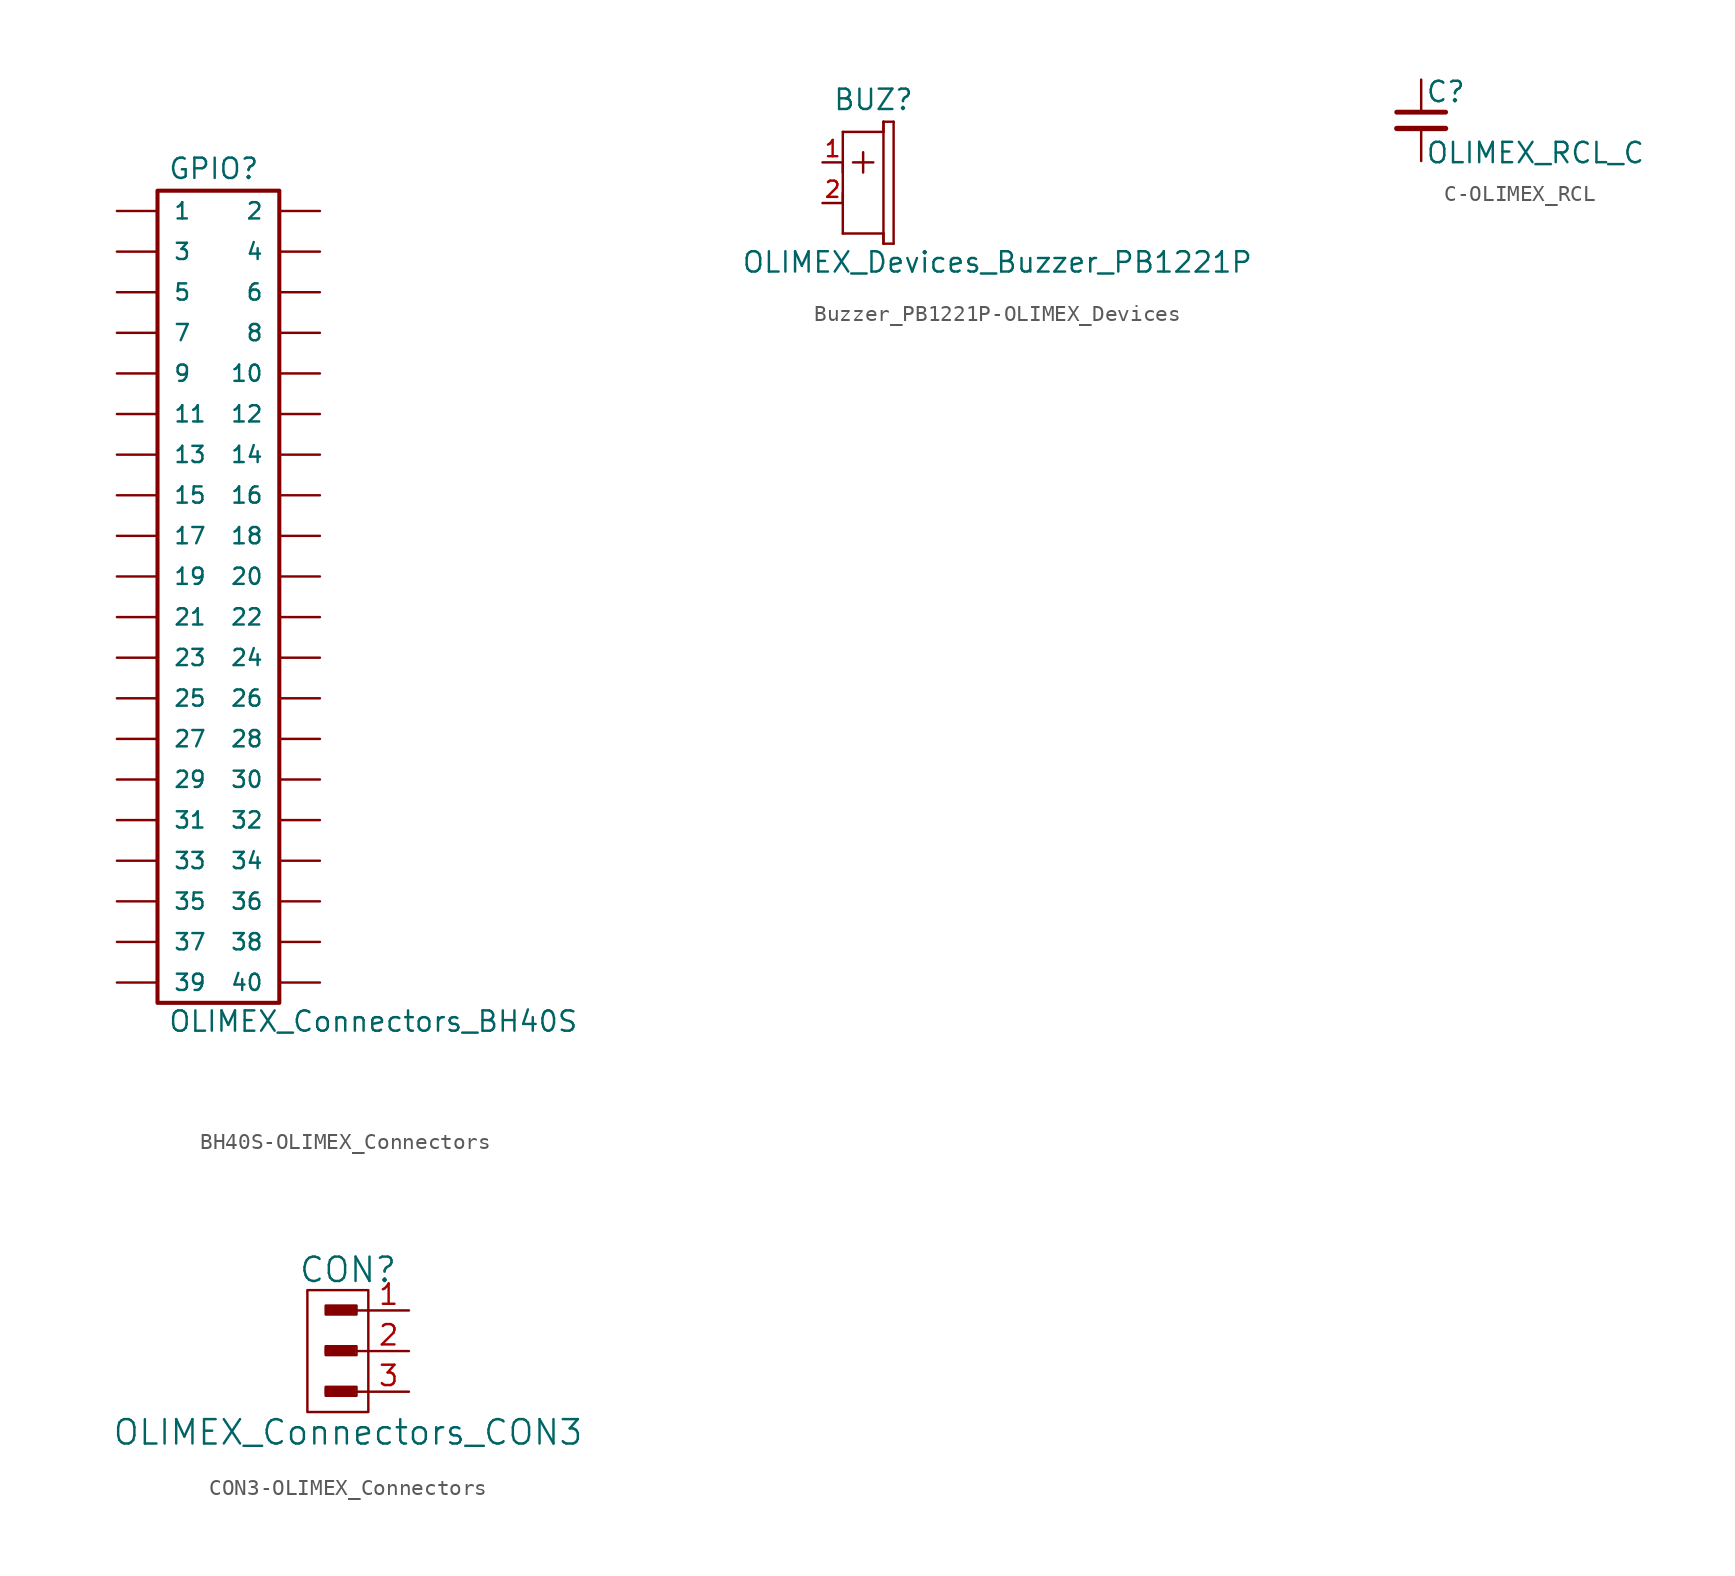
<source format=kicad_sym>
(kicad_symbol_lib
  (version 20220914)
  (generator kicad_symbol_editor)
  (symbol "BH40S-OLIMEX_Connectors"
    (pin_numbers hide)
    (pin_names
      (offset 1.016))
    (property "Reference" "GPIO"
      (at -4.445 27.305 0)
      (effects (font (size 1.27 1.27)) (justify left bottom)))
    (property "Value" "OLIMEX_Connectors_BH40S"
      (at -4.445 -26.035 0)
      (effects (font (size 1.27 1.27)) (justify left bottom)))
    (property "Datasheet" ""
      (at 0 2.54 0)
      (effects (font (size 1.524 1.524))))
    (property "ki_locked" ""
      (at 0 0 0)
      (effects (font (size 1.27 1.27))))
    (symbol "BH40S-OLIMEX_Connectors_1_0"
      (rectangle (start 2.54 -24.13) (end -5.08 26.67) (stroke (width 0.254) (type solid)) (fill (type none))))
    (symbol "BH40S-OLIMEX_Connectors_1_1"
      (pin passive line (at -7.62 25.4 0) (length 2.489) (name "1" (effects (font (size 1.016 1.016)))) (number "1" (effects (font (size 1.016 1.016)))))
      (pin passive line (at 5.08 15.24 180) (length 2.489) (name "10" (effects (font (size 1.016 1.016)))) (number "10" (effects (font (size 1.016 1.016)))))
      (pin passive line (at -7.62 12.7 0) (length 2.489) (name "11" (effects (font (size 1.016 1.016)))) (number "11" (effects (font (size 1.016 1.016)))))
      (pin passive line (at 5.08 12.7 180) (length 2.489) (name "12" (effects (font (size 1.016 1.016)))) (number "12" (effects (font (size 1.016 1.016)))))
      (pin passive line (at -7.62 10.16 0) (length 2.489) (name "13" (effects (font (size 1.016 1.016)))) (number "13" (effects (font (size 1.016 1.016)))))
      (pin passive line (at 5.08 10.16 180) (length 2.489) (name "14" (effects (font (size 1.016 1.016)))) (number "14" (effects (font (size 1.016 1.016)))))
      (pin passive line (at -7.62 7.62 0) (length 2.489) (name "15" (effects (font (size 1.016 1.016)))) (number "15" (effects (font (size 1.016 1.016)))))
      (pin passive line (at 5.08 7.62 180) (length 2.489) (name "16" (effects (font (size 1.016 1.016)))) (number "16" (effects (font (size 1.016 1.016)))))
      (pin passive line (at -7.62 5.08 0) (length 2.489) (name "17" (effects (font (size 1.016 1.016)))) (number "17" (effects (font (size 1.016 1.016)))))
      (pin passive line (at 5.08 5.08 180) (length 2.489) (name "18" (effects (font (size 1.016 1.016)))) (number "18" (effects (font (size 1.016 1.016)))))
      (pin passive line (at -7.62 2.54 0) (length 2.489) (name "19" (effects (font (size 1.016 1.016)))) (number "19" (effects (font (size 1.016 1.016)))))
      (pin passive line (at 5.08 25.4 180) (length 2.489) (name "2" (effects (font (size 1.016 1.016)))) (number "2" (effects (font (size 1.016 1.016)))))
      (pin passive line (at 5.08 2.54 180) (length 2.489) (name "20" (effects (font (size 1.016 1.016)))) (number "20" (effects (font (size 1.016 1.016)))))
      (pin passive line (at -7.62 0 0) (length 2.489) (name "21" (effects (font (size 1.016 1.016)))) (number "21" (effects (font (size 1.016 1.016)))))
      (pin passive line (at 5.08 0 180) (length 2.489) (name "22" (effects (font (size 1.016 1.016)))) (number "22" (effects (font (size 1.016 1.016)))))
      (pin passive line (at -7.62 -2.54 0) (length 2.489) (name "23" (effects (font (size 1.016 1.016)))) (number "23" (effects (font (size 1.016 1.016)))))
      (pin passive line (at 5.08 -2.54 180) (length 2.489) (name "24" (effects (font (size 1.016 1.016)))) (number "24" (effects (font (size 1.016 1.016)))))
      (pin passive line (at -7.62 -5.08 0) (length 2.489) (name "25" (effects (font (size 1.016 1.016)))) (number "25" (effects (font (size 1.016 1.016)))))
      (pin passive line (at 5.08 -5.08 180) (length 2.489) (name "26" (effects (font (size 1.016 1.016)))) (number "26" (effects (font (size 1.016 1.016)))))
      (pin passive line (at -7.62 -7.62 0) (length 2.489) (name "27" (effects (font (size 1.016 1.016)))) (number "27" (effects (font (size 1.016 1.016)))))
      (pin passive line (at 5.08 -7.62 180) (length 2.489) (name "28" (effects (font (size 1.016 1.016)))) (number "28" (effects (font (size 1.016 1.016)))))
      (pin passive line (at -7.62 -10.16 0) (length 2.489) (name "29" (effects (font (size 1.016 1.016)))) (number "29" (effects (font (size 1.016 1.016)))))
      (pin passive line (at -7.62 22.86 0) (length 2.489) (name "3" (effects (font (size 1.016 1.016)))) (number "3" (effects (font (size 1.016 1.016)))))
      (pin passive line (at 5.08 -10.16 180) (length 2.489) (name "30" (effects (font (size 1.016 1.016)))) (number "30" (effects (font (size 1.016 1.016)))))
      (pin passive line (at -7.62 -12.7 0) (length 2.489) (name "31" (effects (font (size 1.016 1.016)))) (number "31" (effects (font (size 1.016 1.016)))))
      (pin passive line (at 5.08 -12.7 180) (length 2.489) (name "32" (effects (font (size 1.016 1.016)))) (number "32" (effects (font (size 1.016 1.016)))))
      (pin passive line (at -7.62 -15.24 0) (length 2.489) (name "33" (effects (font (size 1.016 1.016)))) (number "33" (effects (font (size 1.016 1.016)))))
      (pin passive line (at 5.08 -15.24 180) (length 2.489) (name "34" (effects (font (size 1.016 1.016)))) (number "34" (effects (font (size 1.016 1.016)))))
      (pin passive line (at -7.62 -17.78 0) (length 2.489) (name "35" (effects (font (size 1.016 1.016)))) (number "35" (effects (font (size 1.016 1.016)))))
      (pin passive line (at 5.08 -17.78 180) (length 2.489) (name "36" (effects (font (size 1.016 1.016)))) (number "36" (effects (font (size 1.016 1.016)))))
      (pin passive line (at -7.62 -20.32 0) (length 2.489) (name "37" (effects (font (size 1.016 1.016)))) (number "37" (effects (font (size 1.016 1.016)))))
      (pin passive line (at 5.08 -20.32 180) (length 2.489) (name "38" (effects (font (size 1.016 1.016)))) (number "38" (effects (font (size 1.016 1.016)))))
      (pin passive line (at -7.62 -22.86 0) (length 2.489) (name "39" (effects (font (size 1.016 1.016)))) (number "39" (effects (font (size 1.016 1.016)))))
      (pin passive line (at 5.08 22.86 180) (length 2.489) (name "4" (effects (font (size 1.016 1.016)))) (number "4" (effects (font (size 1.016 1.016)))))
      (pin passive line (at 5.08 -22.86 180) (length 2.489) (name "40" (effects (font (size 1.016 1.016)))) (number "40" (effects (font (size 1.016 1.016)))))
      (pin passive line (at -7.62 20.32 0) (length 2.489) (name "5" (effects (font (size 1.016 1.016)))) (number "5" (effects (font (size 1.016 1.016)))))
      (pin passive line (at 5.08 20.32 180) (length 2.489) (name "6" (effects (font (size 1.016 1.016)))) (number "6" (effects (font (size 1.016 1.016)))))
      (pin passive line (at -7.62 17.78 0) (length 2.489) (name "7" (effects (font (size 1.016 1.016)))) (number "7" (effects (font (size 1.016 1.016)))))
      (pin passive line (at 5.08 17.78 180) (length 2.489) (name "8" (effects (font (size 1.016 1.016)))) (number "8" (effects (font (size 1.016 1.016)))))
      (pin passive line (at -7.62 15.24 0) (length 2.489) (name "9" (effects (font (size 1.016 1.016)))) (number "9" (effects (font (size 1.016 1.016)))))))
  (symbol "Buzzer_PB1221P-OLIMEX_Devices"
    (pin_names
      (offset 1.016) hide)
    (property "Reference" "BUZ"
      (at -1.905 5.715 0)
      (effects (font (size 1.27 1.27)) (justify left bottom)))
    (property "Value" "OLIMEX_Devices_Buzzer_PB1221P"
      (at -7.62 -4.445 0)
      (effects (font (size 1.27 1.27)) (justify left bottom)))
    (property "Datasheet" ""
      (at 0 0 90)
      (effects (font (size 1.524 1.524))))
    (symbol "Buzzer_PB1221P-OLIMEX_Devices_1_0"
      (polyline (pts (xy -1.27 -1.905) (xy -1.27 0.635)) (stroke (width 0) (type solid)) (fill (type none)))
      (polyline (pts (xy -1.27 0) (xy -1.27 2.54)) (stroke (width 0) (type solid)) (fill (type none)))
      (polyline (pts (xy -1.27 1.905) (xy -1.27 4.445)) (stroke (width 0) (type solid)) (fill (type none)))
      (polyline (pts (xy -1.27 4.445) (xy 1.27 4.445)) (stroke (width 0) (type solid)) (fill (type none)))
      (polyline (pts (xy -0.635 2.54) (xy 0 2.54)) (stroke (width 0) (type solid)) (fill (type none)))
      (polyline (pts (xy 0 1.905) (xy 0 2.54)) (stroke (width 0) (type solid)) (fill (type none)))
      (polyline (pts (xy 0 2.54) (xy 0 3.175)) (stroke (width 0) (type solid)) (fill (type none)))
      (polyline (pts (xy 0.635 2.54) (xy 0 2.54)) (stroke (width 0) (type solid)) (fill (type none)))
      (polyline (pts (xy 1.27 -2.54) (xy 1.27 -1.905)) (stroke (width 0) (type solid)) (fill (type none)))
      (polyline (pts (xy 1.27 -2.54) (xy 1.27 5.08)) (stroke (width 0) (type solid)) (fill (type none)))
      (polyline (pts (xy 1.27 -1.905) (xy -1.27 -1.905)) (stroke (width 0) (type solid)) (fill (type none)))
      (polyline (pts (xy 1.27 4.445) (xy 1.27 5.08)) (stroke (width 0) (type solid)) (fill (type none)))
      (polyline (pts (xy 1.27 5.08) (xy 1.905 5.08)) (stroke (width 0) (type solid)) (fill (type none)))
      (polyline (pts (xy 1.905 -2.54) (xy 1.27 -2.54)) (stroke (width 0) (type solid)) (fill (type none)))
      (polyline (pts (xy 1.905 5.08) (xy 1.905 -2.54)) (stroke (width 0) (type solid)) (fill (type none))))
    (symbol "Buzzer_PB1221P-OLIMEX_Devices_1_1"
      (pin passive line (at -2.54 2.54 0) (length 1.27) (name "PLUS" (effects (font (size 1.016 1.016)))) (number "1" (effects (font (size 1.016 1.016)))))
      (pin passive line (at -2.54 0 0) (length 1.27) (name "MINUS" (effects (font (size 1.016 1.016)))) (number "2" (effects (font (size 1.016 1.016)))))))
  (symbol "C-OLIMEX_RCL"
    (pin_numbers hide)
    (pin_names
      (offset 0.254) hide)
    (property "Reference" "C"
      (at 0.254 1.778 0)
      (effects (font (size 1.27 1.27)) (justify left)))
    (property "Value" "OLIMEX_RCL_C"
      (at 0.254 -2.032 0)
      (effects (font (size 1.27 1.27)) (justify left)))
    (property "Footprint" ""
      (at 0 0 0)
      (effects (font (size 1.524 1.524))))
    (property "Datasheet" ""
      (at 0 0 0)
      (effects (font (size 1.524 1.524))))
    (symbol "C-OLIMEX_RCL_0_1"
      (polyline (pts (xy -1.524 -0.508) (xy 1.524 -0.508)) (stroke (width 0.33) (type solid)) (fill (type none)))
      (polyline (pts (xy -1.524 0.508) (xy 1.524 0.508)) (stroke (width 0.305) (type solid)) (fill (type none))))
    (symbol "C-OLIMEX_RCL_1_1"
      (pin passive line (at 0 2.54 270) (length 1.905) (name "~" (effects (font (size 1.016 1.016)))) (number "1" (effects (font (size 1.016 1.016)))))
      (pin passive line (at 0 -2.54 90) (length 2.032) (name "~" (effects (font (size 1.016 1.016)))) (number "2" (effects (font (size 1.016 1.016)))))))
  (symbol "CON3-OLIMEX_Connectors"
    (pin_names
      (offset 1.016))
    (property "Reference" "CON"
      (at -1.27 5.08 0)
      (effects (font (size 1.524 1.524))))
    (property "Value" "OLIMEX_Connectors_CON3"
      (at -1.27 -5.08 0)
      (effects (font (size 1.524 1.524))))
    (property "Footprint" ""
      (at -1.905 1.27 0)
      (effects (font (size 1.524 1.524))))
    (property "Datasheet" ""
      (at -1.905 1.27 0)
      (effects (font (size 1.524 1.524))))
    (symbol "CON3-OLIMEX_Connectors_0_0"
      (rectangle (start -2.642 -2.692) (end -0.864 -2.337) (stroke (width 0) (type solid)) (fill (type none)))
      (rectangle (start -2.642 -0.152) (end -0.864 0.203) (stroke (width 0) (type solid)) (fill (type none)))
      (rectangle (start -2.616 -2.591) (end -0.965 -2.489) (stroke (width 0) (type solid)) (fill (type none)))
      (rectangle (start -2.616 -0.051) (end -0.965 0.051) (stroke (width 0) (type solid)) (fill (type none)))
      (rectangle (start -2.616 2.388) (end -0.838 2.743) (stroke (width 0) (type solid)) (fill (type none)))
      (rectangle (start -2.591 2.515) (end -0.94 2.616) (stroke (width 0) (type solid)) (fill (type none)))
      (rectangle (start -0.965 -2.413) (end -2.642 -2.616) (stroke (width 0) (type solid)) (fill (type none)))
      (rectangle (start -0.965 0.127) (end -2.642 -0.076) (stroke (width 0) (type solid)) (fill (type none)))
      (rectangle (start -0.864 2.642) (end -2.54 2.438) (stroke (width 0) (type solid)) (fill (type none)))
      (rectangle (start -0.737 -2.235) (end -2.667 -2.794) (stroke (width 0) (type solid)) (fill (type none)))
      (rectangle (start -0.737 0.305) (end -2.667 -0.254) (stroke (width 0) (type solid)) (fill (type none)))
      (rectangle (start -0.737 2.845) (end -2.667 2.286) (stroke (width 0) (type solid)) (fill (type none)))
      (polyline (pts (xy 0 -2.54) (xy -0.762 -2.54)) (stroke (width 0) (type solid)) (fill (type none)))
      (polyline (pts (xy 0 0) (xy -0.762 0)) (stroke (width 0) (type solid)) (fill (type none)))
      (polyline (pts (xy 0 2.54) (xy -0.762 2.54)) (stroke (width 0) (type solid)) (fill (type none))))
    (symbol "CON3-OLIMEX_Connectors_0_1"
      (rectangle (start -3.81 3.81) (end 0 -3.81) (stroke (width 0) (type solid)) (fill (type none))))
    (symbol "CON3-OLIMEX_Connectors_1_1"
      (pin passive line (at 2.54 2.54 180) (length 2.54) (name "~" (effects (font (size 1.27 1.27)))) (number "1" (effects (font (size 1.27 1.27)))))
      (pin passive line (at 2.54 0 180) (length 2.54) (name "~" (effects (font (size 1.27 1.27)))) (number "2" (effects (font (size 1.27 1.27)))))
      (pin passive line (at 2.54 -2.54 180) (length 2.54) (name "~" (effects (font (size 1.27 1.27)))) (number "3" (effects (font (size 1.27 1.27))))))))
</source>
